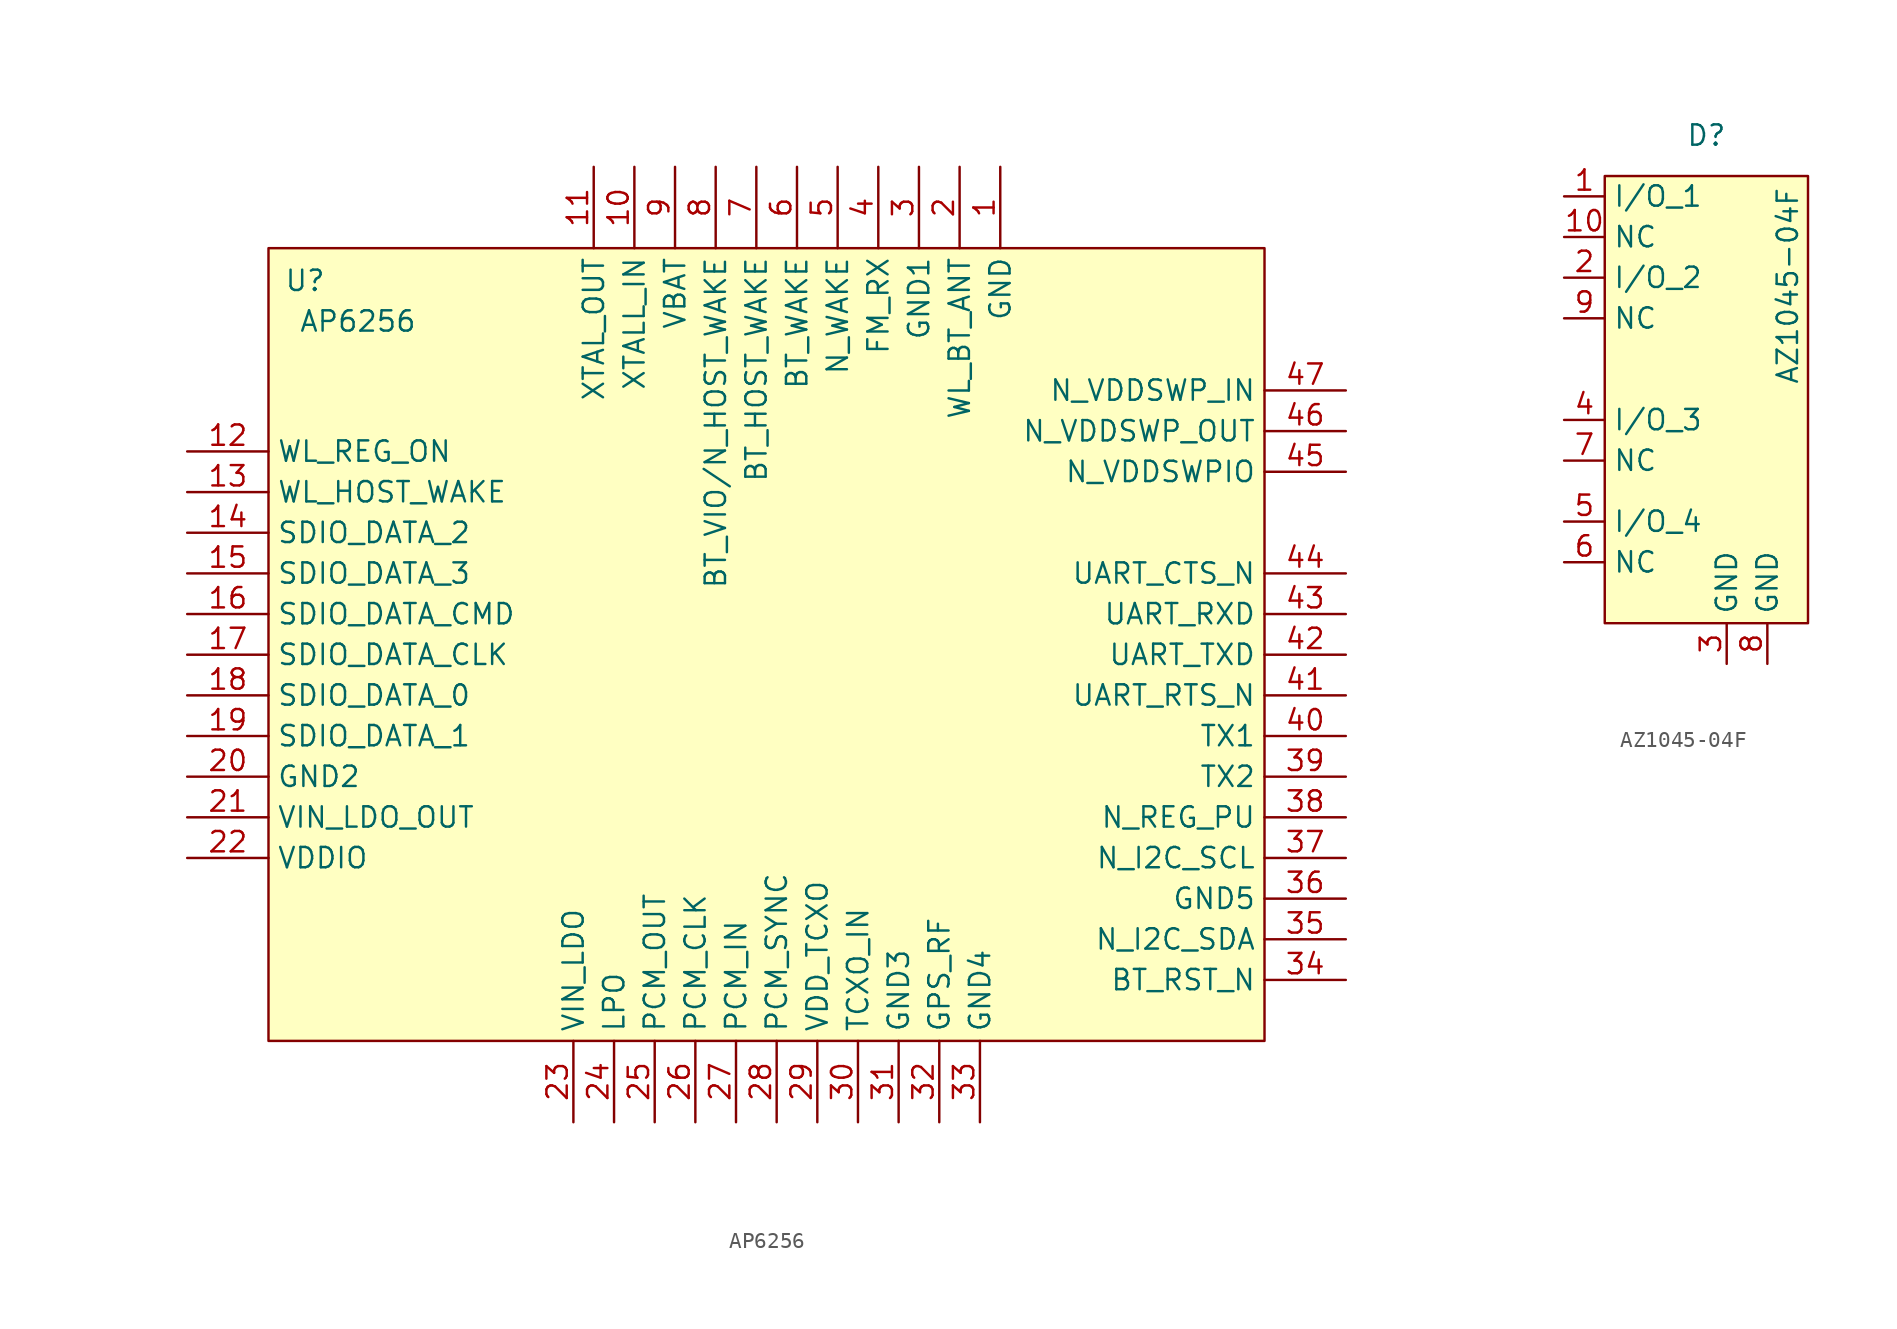
<source format=kicad_sym>
(kicad_symbol_lib
  (version 20241209)
  (generator "kicad_symbol_editor")
  (generator_version "9.0")
  (symbol "AP6256"
    (property "Reference" "U"
      (at -7.874 -2.032 0)
      (effects (font (size 1.27 1.27))))
    (property "Value" "AP6256"
      (at -4.572 -4.572 0)
      (effects (font (size 1.27 1.27))))
    (symbol "AP6256_1_1"
      (rectangle (start -10.16 0) (end 52.07 -49.53) (stroke (width 0) (type solid)) (fill (type background)))
      (pin input line (at -15.24 -12.7 0) (length 5.08) (name "WL_REG_ON" (effects (font (size 1.27 1.27)))) (number "12" (effects (font (size 1.27 1.27)))))
      (pin input line (at -15.24 -15.24 0) (length 5.08) (name "WL_HOST_WAKE" (effects (font (size 1.27 1.27)))) (number "13" (effects (font (size 1.27 1.27)))))
      (pin input line (at -15.24 -17.78 0) (length 5.08) (name "SDIO_DATA_2" (effects (font (size 1.27 1.27)))) (number "14" (effects (font (size 1.27 1.27)))))
      (pin input line (at -15.24 -20.32 0) (length 5.08) (name "SDIO_DATA_3" (effects (font (size 1.27 1.27)))) (number "15" (effects (font (size 1.27 1.27)))))
      (pin input line (at -15.24 -22.86 0) (length 5.08) (name "SDIO_DATA_CMD" (effects (font (size 1.27 1.27)))) (number "16" (effects (font (size 1.27 1.27)))))
      (pin input line (at -15.24 -25.4 0) (length 5.08) (name "SDIO_DATA_CLK" (effects (font (size 1.27 1.27)))) (number "17" (effects (font (size 1.27 1.27)))))
      (pin input line (at -15.24 -27.94 0) (length 5.08) (name "SDIO_DATA_0" (effects (font (size 1.27 1.27)))) (number "18" (effects (font (size 1.27 1.27)))))
      (pin input line (at -15.24 -30.48 0) (length 5.08) (name "SDIO_DATA_1" (effects (font (size 1.27 1.27)))) (number "19" (effects (font (size 1.27 1.27)))))
      (pin input line (at -15.24 -33.02 0) (length 5.08) (name "GND2" (effects (font (size 1.27 1.27)))) (number "20" (effects (font (size 1.27 1.27)))))
      (pin input line (at -15.24 -35.56 0) (length 5.08) (name "VIN_LDO_OUT" (effects (font (size 1.27 1.27)))) (number "21" (effects (font (size 1.27 1.27)))))
      (pin input line (at -15.24 -38.1 0) (length 5.08) (name "VDDIO" (effects (font (size 1.27 1.27)))) (number "22" (effects (font (size 1.27 1.27)))))
      (pin input line (at 8.89 -54.61 90) (length 5.08) (name "VIN_LDO" (effects (font (size 1.27 1.27)))) (number "23" (effects (font (size 1.27 1.27)))))
      (pin input line (at 10.16 5.08 270) (length 5.08) (name "XTAL_OUT" (effects (font (size 1.27 1.27)))) (number "11" (effects (font (size 1.27 1.27)))))
      (pin input line (at 11.43 -54.61 90) (length 5.08) (name "LPO" (effects (font (size 1.27 1.27)))) (number "24" (effects (font (size 1.27 1.27)))))
      (pin input line (at 12.7 5.08 270) (length 5.08) (name "XTALL_IN" (effects (font (size 1.27 1.27)))) (number "10" (effects (font (size 1.27 1.27)))))
      (pin input line (at 13.97 -54.61 90) (length 5.08) (name "PCM_OUT" (effects (font (size 1.27 1.27)))) (number "25" (effects (font (size 1.27 1.27)))))
      (pin input line (at 15.24 5.08 270) (length 5.08) (name "VBAT" (effects (font (size 1.27 1.27)))) (number "9" (effects (font (size 1.27 1.27)))))
      (pin input line (at 16.51 -54.61 90) (length 5.08) (name "PCM_CLK" (effects (font (size 1.27 1.27)))) (number "26" (effects (font (size 1.27 1.27)))))
      (pin input line (at 17.78 5.08 270) (length 5.08) (name "BT_VIO/N_HOST_WAKE" (effects (font (size 1.27 1.27)))) (number "8" (effects (font (size 1.27 1.27)))))
      (pin input line (at 19.05 -54.61 90) (length 5.08) (name "PCM_IN" (effects (font (size 1.27 1.27)))) (number "27" (effects (font (size 1.27 1.27)))))
      (pin input line (at 20.32 5.08 270) (length 5.08) (name "BT_HOST_WAKE" (effects (font (size 1.27 1.27)))) (number "7" (effects (font (size 1.27 1.27)))))
      (pin input line (at 21.59 -54.61 90) (length 5.08) (name "PCM_SYNC" (effects (font (size 1.27 1.27)))) (number "28" (effects (font (size 1.27 1.27)))))
      (pin input line (at 22.86 5.08 270) (length 5.08) (name "BT_WAKE" (effects (font (size 1.27 1.27)))) (number "6" (effects (font (size 1.27 1.27)))))
      (pin input line (at 24.13 -54.61 90) (length 5.08) (name "VDD_TCXO" (effects (font (size 1.27 1.27)))) (number "29" (effects (font (size 1.27 1.27)))))
      (pin input line (at 25.4 5.08 270) (length 5.08) (name "N_WAKE" (effects (font (size 1.27 1.27)))) (number "5" (effects (font (size 1.27 1.27)))))
      (pin input line (at 26.67 -54.61 90) (length 5.08) (name "TCXO_IN" (effects (font (size 1.27 1.27)))) (number "30" (effects (font (size 1.27 1.27)))))
      (pin input line (at 27.94 5.08 270) (length 5.08) (name "FM_RX" (effects (font (size 1.27 1.27)))) (number "4" (effects (font (size 1.27 1.27)))))
      (pin input line (at 29.21 -54.61 90) (length 5.08) (name "GND3" (effects (font (size 1.27 1.27)))) (number "31" (effects (font (size 1.27 1.27)))))
      (pin input line (at 30.48 5.08 270) (length 5.08) (name "GND1" (effects (font (size 1.27 1.27)))) (number "3" (effects (font (size 1.27 1.27)))))
      (pin input line (at 31.75 -54.61 90) (length 5.08) (name "GPS_RF" (effects (font (size 1.27 1.27)))) (number "32" (effects (font (size 1.27 1.27)))))
      (pin input line (at 33.02 5.08 270) (length 5.08) (name "WL_BT_ANT" (effects (font (size 1.27 1.27)))) (number "2" (effects (font (size 1.27 1.27)))))
      (pin input line (at 34.29 -54.61 90) (length 5.08) (name "GND4" (effects (font (size 1.27 1.27)))) (number "33" (effects (font (size 1.27 1.27)))))
      (pin input line (at 35.56 5.08 270) (length 5.08) (name "GND" (effects (font (size 1.27 1.27)))) (number "1" (effects (font (size 1.27 1.27)))))
      (pin input line (at 57.15 -8.89 180) (length 5.08) (name "N_VDDSWP_IN" (effects (font (size 1.27 1.27)))) (number "47" (effects (font (size 1.27 1.27)))))
      (pin input line (at 57.15 -11.43 180) (length 5.08) (name "N_VDDSWP_OUT" (effects (font (size 1.27 1.27)))) (number "46" (effects (font (size 1.27 1.27)))))
      (pin input line (at 57.15 -13.97 180) (length 5.08) (name "N_VDDSWPIO" (effects (font (size 1.27 1.27)))) (number "45" (effects (font (size 1.27 1.27)))))
      (pin input line (at 57.15 -20.32 180) (length 5.08) (name "UART_CTS_N" (effects (font (size 1.27 1.27)))) (number "44" (effects (font (size 1.27 1.27)))))
      (pin input line (at 57.15 -22.86 180) (length 5.08) (name "UART_RXD" (effects (font (size 1.27 1.27)))) (number "43" (effects (font (size 1.27 1.27)))))
      (pin input line (at 57.15 -25.4 180) (length 5.08) (name "UART_TXD" (effects (font (size 1.27 1.27)))) (number "42" (effects (font (size 1.27 1.27)))))
      (pin input line (at 57.15 -27.94 180) (length 5.08) (name "UART_RTS_N" (effects (font (size 1.27 1.27)))) (number "41" (effects (font (size 1.27 1.27)))))
      (pin input line (at 57.15 -30.48 180) (length 5.08) (name "TX1" (effects (font (size 1.27 1.27)))) (number "40" (effects (font (size 1.27 1.27)))))
      (pin input line (at 57.15 -33.02 180) (length 5.08) (name "TX2" (effects (font (size 1.27 1.27)))) (number "39" (effects (font (size 1.27 1.27)))))
      (pin input line (at 57.15 -35.56 180) (length 5.08) (name "N_REG_PU" (effects (font (size 1.27 1.27)))) (number "38" (effects (font (size 1.27 1.27)))))
      (pin input line (at 57.15 -38.1 180) (length 5.08) (name "N_I2C_SCL" (effects (font (size 1.27 1.27)))) (number "37" (effects (font (size 1.27 1.27)))))
      (pin input line (at 57.15 -40.64 180) (length 5.08) (name "GND5" (effects (font (size 1.27 1.27)))) (number "36" (effects (font (size 1.27 1.27)))))
      (pin input line (at 57.15 -43.18 180) (length 5.08) (name "N_I2C_SDA" (effects (font (size 1.27 1.27)))) (number "35" (effects (font (size 1.27 1.27)))))
      (pin input line (at 57.15 -45.72 180) (length 5.08) (name "BT_RST_N" (effects (font (size 1.27 1.27)))) (number "34" (effects (font (size 1.27 1.27)))))))
  (symbol "AZ1045-04F"
    (property "Reference" "D"
      (at 0 0 0)
      (effects (font (size 1.27 1.27))))
    (property "Value" "AZ1045-04F"
      (at 5.08 -9.398 90)
      (effects (font (size 1.27 1.27))))
    (symbol "AZ1045-04F_1_1"
      (rectangle (start -6.35 -2.54) (end 6.35 -30.48) (stroke (width 0) (type solid)) (fill (type background)))
      (pin input line (at -8.89 -3.81 0) (length 2.54) (name "I/O_1" (effects (font (size 1.27 1.27)))) (number "1" (effects (font (size 1.27 1.27)))))
      (pin input line (at -8.89 -6.35 0) (length 2.54) (name "NC" (effects (font (size 1.27 1.27)))) (number "10" (effects (font (size 1.27 1.27)))))
      (pin input line (at -8.89 -8.89 0) (length 2.54) (name "I/O_2" (effects (font (size 1.27 1.27)))) (number "2" (effects (font (size 1.27 1.27)))))
      (pin input line (at -8.89 -11.43 0) (length 2.54) (name "NC" (effects (font (size 1.27 1.27)))) (number "9" (effects (font (size 1.27 1.27)))))
      (pin input line (at -8.89 -17.78 0) (length 2.54) (name "I/O_3" (effects (font (size 1.27 1.27)))) (number "4" (effects (font (size 1.27 1.27)))))
      (pin input line (at -8.89 -20.32 0) (length 2.54) (name "NC" (effects (font (size 1.27 1.27)))) (number "7" (effects (font (size 1.27 1.27)))))
      (pin input line (at -8.89 -24.13 0) (length 2.54) (name "I/O_4" (effects (font (size 1.27 1.27)))) (number "5" (effects (font (size 1.27 1.27)))))
      (pin input line (at -8.89 -26.67 0) (length 2.54) (name "NC" (effects (font (size 1.27 1.27)))) (number "6" (effects (font (size 1.27 1.27)))))
      (pin input line (at 1.27 -33.02 90) (length 2.54) (name "GND" (effects (font (size 1.27 1.27)))) (number "3" (effects (font (size 1.27 1.27)))))
      (pin input line (at 3.81 -33.02 90) (length 2.54) (name "GND" (effects (font (size 1.27 1.27)))) (number "8" (effects (font (size 1.27 1.27))))))))
</source>
